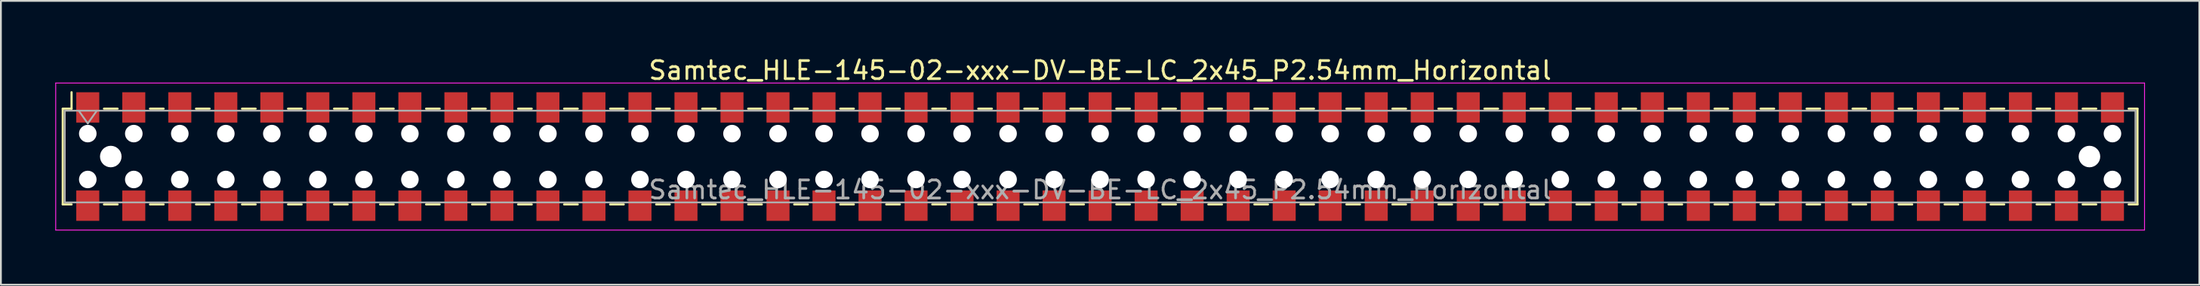
<source format=kicad_pcb>
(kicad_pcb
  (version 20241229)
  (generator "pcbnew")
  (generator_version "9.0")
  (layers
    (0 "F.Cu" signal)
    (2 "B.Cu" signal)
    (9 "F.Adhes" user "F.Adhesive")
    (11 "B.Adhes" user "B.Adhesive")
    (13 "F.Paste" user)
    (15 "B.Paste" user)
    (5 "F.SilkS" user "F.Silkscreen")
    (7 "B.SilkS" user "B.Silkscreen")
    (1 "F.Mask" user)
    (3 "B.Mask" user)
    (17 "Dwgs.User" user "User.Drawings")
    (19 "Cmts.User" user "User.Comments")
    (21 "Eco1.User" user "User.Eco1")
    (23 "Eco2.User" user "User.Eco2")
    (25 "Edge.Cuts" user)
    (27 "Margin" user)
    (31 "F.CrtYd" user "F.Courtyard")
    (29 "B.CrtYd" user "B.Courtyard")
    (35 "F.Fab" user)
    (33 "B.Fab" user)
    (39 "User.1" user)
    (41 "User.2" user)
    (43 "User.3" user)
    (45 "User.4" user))
  (footprint "Samtec_HLE-145-02-xxx-DV-BE-LC_2x45_P2.54mm_Horizontal"
    (layer "F.Cu")
    (at 57.675 5.618)
    (property "Reference" "Samtec_HLE-145-02-xxx-DV-BE-LC_2x45_P2.54mm_Horizontal" (at 0 -4.77 0) (layer "F.SilkS") (effects (font (size 1 1) (thickness 0.15))))
    (attr smd)
    (fp_line (start -57.26 -2.65) (end -57.26 2.65) (stroke (width 0.12) (type solid)) (layer "F.SilkS"))
    (fp_line (start -57.26 2.65) (end -56.775 2.65) (stroke (width 0.12) (type solid)) (layer "F.SilkS"))
    (fp_line (start -56.775 -3.56) (end -56.775 -2.65) (stroke (width 0.12) (type solid)) (layer "F.SilkS"))
    (fp_line (start -56.775 -2.65) (end -57.26 -2.65) (stroke (width 0.12) (type solid)) (layer "F.SilkS"))
    (fp_line (start -54.985 -2.65) (end -54.235 -2.65) (stroke (width 0.12) (type solid)) (layer "F.SilkS"))
    (fp_line (start -54.985 2.65) (end -54.235 2.65) (stroke (width 0.12) (type solid)) (layer "F.SilkS"))
    (fp_line (start -52.445 -2.65) (end -51.695 -2.65) (stroke (width 0.12) (type solid)) (layer "F.SilkS"))
    (fp_line (start -52.445 2.65) (end -51.695 2.65) (stroke (width 0.12) (type solid)) (layer "F.SilkS"))
    (fp_line (start -49.905 -2.65) (end -49.155 -2.65) (stroke (width 0.12) (type solid)) (layer "F.SilkS"))
    (fp_line (start -49.905 2.65) (end -49.155 2.65) (stroke (width 0.12) (type solid)) (layer "F.SilkS"))
    (fp_line (start -47.365 -2.65) (end -46.615 -2.65) (stroke (width 0.12) (type solid)) (layer "F.SilkS"))
    (fp_line (start -47.365 2.65) (end -46.615 2.65) (stroke (width 0.12) (type solid)) (layer "F.SilkS"))
    (fp_line (start -44.825 -2.65) (end -44.075 -2.65) (stroke (width 0.12) (type solid)) (layer "F.SilkS"))
    (fp_line (start -44.825 2.65) (end -44.075 2.65) (stroke (width 0.12) (type solid)) (layer "F.SilkS"))
    (fp_line (start -42.285 -2.65) (end -41.535 -2.65) (stroke (width 0.12) (type solid)) (layer "F.SilkS"))
    (fp_line (start -42.285 2.65) (end -41.535 2.65) (stroke (width 0.12) (type solid)) (layer "F.SilkS"))
    (fp_line (start -39.745 -2.65) (end -38.995 -2.65) (stroke (width 0.12) (type solid)) (layer "F.SilkS"))
    (fp_line (start -39.745 2.65) (end -38.995 2.65) (stroke (width 0.12) (type solid)) (layer "F.SilkS"))
    (fp_line (start -37.205 -2.65) (end -36.455 -2.65) (stroke (width 0.12) (type solid)) (layer "F.SilkS"))
    (fp_line (start -37.205 2.65) (end -36.455 2.65) (stroke (width 0.12) (type solid)) (layer "F.SilkS"))
    (fp_line (start -34.665 -2.65) (end -33.915 -2.65) (stroke (width 0.12) (type solid)) (layer "F.SilkS"))
    (fp_line (start -34.665 2.65) (end -33.915 2.65) (stroke (width 0.12) (type solid)) (layer "F.SilkS"))
    (fp_line (start -32.125 -2.65) (end -31.375 -2.65) (stroke (width 0.12) (type solid)) (layer "F.SilkS"))
    (fp_line (start -32.125 2.65) (end -31.375 2.65) (stroke (width 0.12) (type solid)) (layer "F.SilkS"))
    (fp_line (start -29.585 -2.65) (end -28.835 -2.65) (stroke (width 0.12) (type solid)) (layer "F.SilkS"))
    (fp_line (start -29.585 2.65) (end -28.835 2.65) (stroke (width 0.12) (type solid)) (layer "F.SilkS"))
    (fp_line (start -27.045 -2.65) (end -26.295 -2.65) (stroke (width 0.12) (type solid)) (layer "F.SilkS"))
    (fp_line (start -27.045 2.65) (end -26.295 2.65) (stroke (width 0.12) (type solid)) (layer "F.SilkS"))
    (fp_line (start -24.505 -2.65) (end -23.755 -2.65) (stroke (width 0.12) (type solid)) (layer "F.SilkS"))
    (fp_line (start -24.505 2.65) (end -23.755 2.65) (stroke (width 0.12) (type solid)) (layer "F.SilkS"))
    (fp_line (start -21.965 -2.65) (end -21.215 -2.65) (stroke (width 0.12) (type solid)) (layer "F.SilkS"))
    (fp_line (start -21.965 2.65) (end -21.215 2.65) (stroke (width 0.12) (type solid)) (layer "F.SilkS"))
    (fp_line (start -19.425 -2.65) (end -18.675 -2.65) (stroke (width 0.12) (type solid)) (layer "F.SilkS"))
    (fp_line (start -19.425 2.65) (end -18.675 2.65) (stroke (width 0.12) (type solid)) (layer "F.SilkS"))
    (fp_line (start -16.885 -2.65) (end -16.135 -2.65) (stroke (width 0.12) (type solid)) (layer "F.SilkS"))
    (fp_line (start -16.885 2.65) (end -16.135 2.65) (stroke (width 0.12) (type solid)) (layer "F.SilkS"))
    (fp_line (start -14.345 -2.65) (end -13.595 -2.65) (stroke (width 0.12) (type solid)) (layer "F.SilkS"))
    (fp_line (start -14.345 2.65) (end -13.595 2.65) (stroke (width 0.12) (type solid)) (layer "F.SilkS"))
    (fp_line (start -11.805 -2.65) (end -11.055 -2.65) (stroke (width 0.12) (type solid)) (layer "F.SilkS"))
    (fp_line (start -11.805 2.65) (end -11.055 2.65) (stroke (width 0.12) (type solid)) (layer "F.SilkS"))
    (fp_line (start -9.265 -2.65) (end -8.515 -2.65) (stroke (width 0.12) (type solid)) (layer "F.SilkS"))
    (fp_line (start -9.265 2.65) (end -8.515 2.65) (stroke (width 0.12) (type solid)) (layer "F.SilkS"))
    (fp_line (start -6.725 -2.65) (end -5.975 -2.65) (stroke (width 0.12) (type solid)) (layer "F.SilkS"))
    (fp_line (start -6.725 2.65) (end -5.975 2.65) (stroke (width 0.12) (type solid)) (layer "F.SilkS"))
    (fp_line (start -4.185 -2.65) (end -3.435 -2.65) (stroke (width 0.12) (type solid)) (layer "F.SilkS"))
    (fp_line (start -4.185 2.65) (end -3.435 2.65) (stroke (width 0.12) (type solid)) (layer "F.SilkS"))
    (fp_line (start -1.645 -2.65) (end -0.895 -2.65) (stroke (width 0.12) (type solid)) (layer "F.SilkS"))
    (fp_line (start -1.645 2.65) (end -0.895 2.65) (stroke (width 0.12) (type solid)) (layer "F.SilkS"))
    (fp_line (start 0.895 -2.65) (end 1.645 -2.65) (stroke (width 0.12) (type solid)) (layer "F.SilkS"))
    (fp_line (start 0.895 2.65) (end 1.645 2.65) (stroke (width 0.12) (type solid)) (layer "F.SilkS"))
    (fp_line (start 3.435 -2.65) (end 4.185 -2.65) (stroke (width 0.12) (type solid)) (layer "F.SilkS"))
    (fp_line (start 3.435 2.65) (end 4.185 2.65) (stroke (width 0.12) (type solid)) (layer "F.SilkS"))
    (fp_line (start 5.975 -2.65) (end 6.725 -2.65) (stroke (width 0.12) (type solid)) (layer "F.SilkS"))
    (fp_line (start 5.975 2.65) (end 6.725 2.65) (stroke (width 0.12) (type solid)) (layer "F.SilkS"))
    (fp_line (start 8.515 -2.65) (end 9.265 -2.65) (stroke (width 0.12) (type solid)) (layer "F.SilkS"))
    (fp_line (start 8.515 2.65) (end 9.265 2.65) (stroke (width 0.12) (type solid)) (layer "F.SilkS"))
    (fp_line (start 11.055 -2.65) (end 11.805 -2.65) (stroke (width 0.12) (type solid)) (layer "F.SilkS"))
    (fp_line (start 11.055 2.65) (end 11.805 2.65) (stroke (width 0.12) (type solid)) (layer "F.SilkS"))
    (fp_line (start 13.595 -2.65) (end 14.345 -2.65) (stroke (width 0.12) (type solid)) (layer "F.SilkS"))
    (fp_line (start 13.595 2.65) (end 14.345 2.65) (stroke (width 0.12) (type solid)) (layer "F.SilkS"))
    (fp_line (start 16.135 -2.65) (end 16.885 -2.65) (stroke (width 0.12) (type solid)) (layer "F.SilkS"))
    (fp_line (start 16.135 2.65) (end 16.885 2.65) (stroke (width 0.12) (type solid)) (layer "F.SilkS"))
    (fp_line (start 18.675 -2.65) (end 19.425 -2.65) (stroke (width 0.12) (type solid)) (layer "F.SilkS"))
    (fp_line (start 18.675 2.65) (end 19.425 2.65) (stroke (width 0.12) (type solid)) (layer "F.SilkS"))
    (fp_line (start 21.215 -2.65) (end 21.965 -2.65) (stroke (width 0.12) (type solid)) (layer "F.SilkS"))
    (fp_line (start 21.215 2.65) (end 21.965 2.65) (stroke (width 0.12) (type solid)) (layer "F.SilkS"))
    (fp_line (start 23.755 -2.65) (end 24.505 -2.65) (stroke (width 0.12) (type solid)) (layer "F.SilkS"))
    (fp_line (start 23.755 2.65) (end 24.505 2.65) (stroke (width 0.12) (type solid)) (layer "F.SilkS"))
    (fp_line (start 26.295 -2.65) (end 27.045 -2.65) (stroke (width 0.12) (type solid)) (layer "F.SilkS"))
    (fp_line (start 26.295 2.65) (end 27.045 2.65) (stroke (width 0.12) (type solid)) (layer "F.SilkS"))
    (fp_line (start 28.835 -2.65) (end 29.585 -2.65) (stroke (width 0.12) (type solid)) (layer "F.SilkS"))
    (fp_line (start 28.835 2.65) (end 29.585 2.65) (stroke (width 0.12) (type solid)) (layer "F.SilkS"))
    (fp_line (start 31.375 -2.65) (end 32.125 -2.65) (stroke (width 0.12) (type solid)) (layer "F.SilkS"))
    (fp_line (start 31.375 2.65) (end 32.125 2.65) (stroke (width 0.12) (type solid)) (layer "F.SilkS"))
    (fp_line (start 33.915 -2.65) (end 34.665 -2.65) (stroke (width 0.12) (type solid)) (layer "F.SilkS"))
    (fp_line (start 33.915 2.65) (end 34.665 2.65) (stroke (width 0.12) (type solid)) (layer "F.SilkS"))
    (fp_line (start 36.455 -2.65) (end 37.205 -2.65) (stroke (width 0.12) (type solid)) (layer "F.SilkS"))
    (fp_line (start 36.455 2.65) (end 37.205 2.65) (stroke (width 0.12) (type solid)) (layer "F.SilkS"))
    (fp_line (start 38.995 -2.65) (end 39.745 -2.65) (stroke (width 0.12) (type solid)) (layer "F.SilkS"))
    (fp_line (start 38.995 2.65) (end 39.745 2.65) (stroke (width 0.12) (type solid)) (layer "F.SilkS"))
    (fp_line (start 41.535 -2.65) (end 42.285 -2.65) (stroke (width 0.12) (type solid)) (layer "F.SilkS"))
    (fp_line (start 41.535 2.65) (end 42.285 2.65) (stroke (width 0.12) (type solid)) (layer "F.SilkS"))
    (fp_line (start 44.075 -2.65) (end 44.825 -2.65) (stroke (width 0.12) (type solid)) (layer "F.SilkS"))
    (fp_line (start 44.075 2.65) (end 44.825 2.65) (stroke (width 0.12) (type solid)) (layer "F.SilkS"))
    (fp_line (start 46.615 -2.65) (end 47.365 -2.65) (stroke (width 0.12) (type solid)) (layer "F.SilkS"))
    (fp_line (start 46.615 2.65) (end 47.365 2.65) (stroke (width 0.12) (type solid)) (layer "F.SilkS"))
    (fp_line (start 49.155 -2.65) (end 49.905 -2.65) (stroke (width 0.12) (type solid)) (layer "F.SilkS"))
    (fp_line (start 49.155 2.65) (end 49.905 2.65) (stroke (width 0.12) (type solid)) (layer "F.SilkS"))
    (fp_line (start 51.695 -2.65) (end 52.445 -2.65) (stroke (width 0.12) (type solid)) (layer "F.SilkS"))
    (fp_line (start 51.695 2.65) (end 52.445 2.65) (stroke (width 0.12) (type solid)) (layer "F.SilkS"))
    (fp_line (start 54.235 -2.65) (end 54.985 -2.65) (stroke (width 0.12) (type solid)) (layer "F.SilkS"))
    (fp_line (start 54.235 2.65) (end 54.985 2.65) (stroke (width 0.12) (type solid)) (layer "F.SilkS"))
    (fp_line (start 56.775 -2.65) (end 57.26 -2.65) (stroke (width 0.12) (type solid)) (layer "F.SilkS"))
    (fp_line (start 57.26 -2.65) (end 57.26 2.65) (stroke (width 0.12) (type solid)) (layer "F.SilkS"))
    (fp_line (start 57.26 2.65) (end 56.775 2.65) (stroke (width 0.12) (type solid)) (layer "F.SilkS"))
    (fp_line (start -57.65 -4.07) (end 57.65 -4.07) (stroke (width 0.05) (type solid)) (layer "F.CrtYd"))
    (fp_line (start -57.65 4.07) (end -57.65 -4.07) (stroke (width 0.05) (type solid)) (layer "F.CrtYd"))
    (fp_line (start 57.65 -4.07) (end 57.65 4.07) (stroke (width 0.05) (type solid)) (layer "F.CrtYd"))
    (fp_line (start 57.65 4.07) (end -57.65 4.07) (stroke (width 0.05) (type solid)) (layer "F.CrtYd"))
    (fp_line (start -57.15 -2.54) (end 57.15 -2.54) (stroke (width 0.1) (type solid)) (layer "F.Fab"))
    (fp_line (start -57.15 2.54) (end -57.15 -2.54) (stroke (width 0.1) (type solid)) (layer "F.Fab"))
    (fp_line (start -56.38 -2.54) (end -55.88 -1.833) (stroke (width 0.1) (type solid)) (layer "F.Fab"))
    (fp_line (start -55.88 -1.833) (end -55.38 -2.54) (stroke (width 0.1) (type solid)) (layer "F.Fab"))
    (fp_line (start 57.15 -2.54) (end 57.15 2.54) (stroke (width 0.1) (type solid)) (layer "F.Fab"))
    (fp_line (start 57.15 2.54) (end -57.15 2.54) (stroke (width 0.1) (type solid)) (layer "F.Fab"))
    (fp_text user "${REFERENCE}" (at 0 1.84 0) (layer "F.Fab") (effects (font (size 1 1) (thickness 0.15))))
    (pad "" np_thru_hole circle (at -55.88 -1.27) (size 0.97 0.97) (drill 0.97) (layers "*.Cu" "*.Mask"))
    (pad "" np_thru_hole circle (at -55.88 1.27) (size 0.97 0.97) (drill 0.97) (layers "*.Cu" "*.Mask"))
    (pad "" np_thru_hole circle (at -54.61 0) (size 1.19 1.19) (drill 1.19) (layers "*.Cu" "*.Mask"))
    (pad "" np_thru_hole circle (at -53.34 -1.27) (size 0.97 0.97) (drill 0.97) (layers "*.Cu" "*.Mask"))
    (pad "" np_thru_hole circle (at -53.34 1.27) (size 0.97 0.97) (drill 0.97) (layers "*.Cu" "*.Mask"))
    (pad "" np_thru_hole circle (at -50.8 -1.27) (size 0.97 0.97) (drill 0.97) (layers "*.Cu" "*.Mask"))
    (pad "" np_thru_hole circle (at -50.8 1.27) (size 0.97 0.97) (drill 0.97) (layers "*.Cu" "*.Mask"))
    (pad "" np_thru_hole circle (at -48.26 -1.27) (size 0.97 0.97) (drill 0.97) (layers "*.Cu" "*.Mask"))
    (pad "" np_thru_hole circle (at -48.26 1.27) (size 0.97 0.97) (drill 0.97) (layers "*.Cu" "*.Mask"))
    (pad "" np_thru_hole circle (at -45.72 -1.27) (size 0.97 0.97) (drill 0.97) (layers "*.Cu" "*.Mask"))
    (pad "" np_thru_hole circle (at -45.72 1.27) (size 0.97 0.97) (drill 0.97) (layers "*.Cu" "*.Mask"))
    (pad "" np_thru_hole circle (at -43.18 -1.27) (size 0.97 0.97) (drill 0.97) (layers "*.Cu" "*.Mask"))
    (pad "" np_thru_hole circle (at -43.18 1.27) (size 0.97 0.97) (drill 0.97) (layers "*.Cu" "*.Mask"))
    (pad "" np_thru_hole circle (at -40.64 -1.27) (size 0.97 0.97) (drill 0.97) (layers "*.Cu" "*.Mask"))
    (pad "" np_thru_hole circle (at -40.64 1.27) (size 0.97 0.97) (drill 0.97) (layers "*.Cu" "*.Mask"))
    (pad "" np_thru_hole circle (at -38.1 -1.27) (size 0.97 0.97) (drill 0.97) (layers "*.Cu" "*.Mask"))
    (pad "" np_thru_hole circle (at -38.1 1.27) (size 0.97 0.97) (drill 0.97) (layers "*.Cu" "*.Mask"))
    (pad "" np_thru_hole circle (at -35.56 -1.27) (size 0.97 0.97) (drill 0.97) (layers "*.Cu" "*.Mask"))
    (pad "" np_thru_hole circle (at -35.56 1.27) (size 0.97 0.97) (drill 0.97) (layers "*.Cu" "*.Mask"))
    (pad "" np_thru_hole circle (at -33.02 -1.27) (size 0.97 0.97) (drill 0.97) (layers "*.Cu" "*.Mask"))
    (pad "" np_thru_hole circle (at -33.02 1.27) (size 0.97 0.97) (drill 0.97) (layers "*.Cu" "*.Mask"))
    (pad "" np_thru_hole circle (at -30.48 -1.27) (size 0.97 0.97) (drill 0.97) (layers "*.Cu" "*.Mask"))
    (pad "" np_thru_hole circle (at -30.48 1.27) (size 0.97 0.97) (drill 0.97) (layers "*.Cu" "*.Mask"))
    (pad "" np_thru_hole circle (at -27.94 -1.27) (size 0.97 0.97) (drill 0.97) (layers "*.Cu" "*.Mask"))
    (pad "" np_thru_hole circle (at -27.94 1.27) (size 0.97 0.97) (drill 0.97) (layers "*.Cu" "*.Mask"))
    (pad "" np_thru_hole circle (at -25.4 -1.27) (size 0.97 0.97) (drill 0.97) (layers "*.Cu" "*.Mask"))
    (pad "" np_thru_hole circle (at -25.4 1.27) (size 0.97 0.97) (drill 0.97) (layers "*.Cu" "*.Mask"))
    (pad "" np_thru_hole circle (at -22.86 -1.27) (size 0.97 0.97) (drill 0.97) (layers "*.Cu" "*.Mask"))
    (pad "" np_thru_hole circle (at -22.86 1.27) (size 0.97 0.97) (drill 0.97) (layers "*.Cu" "*.Mask"))
    (pad "" np_thru_hole circle (at -20.32 -1.27) (size 0.97 0.97) (drill 0.97) (layers "*.Cu" "*.Mask"))
    (pad "" np_thru_hole circle (at -20.32 1.27) (size 0.97 0.97) (drill 0.97) (layers "*.Cu" "*.Mask"))
    (pad "" np_thru_hole circle (at -17.78 -1.27) (size 0.97 0.97) (drill 0.97) (layers "*.Cu" "*.Mask"))
    (pad "" np_thru_hole circle (at -17.78 1.27) (size 0.97 0.97) (drill 0.97) (layers "*.Cu" "*.Mask"))
    (pad "" np_thru_hole circle (at -15.24 -1.27) (size 0.97 0.97) (drill 0.97) (layers "*.Cu" "*.Mask"))
    (pad "" np_thru_hole circle (at -15.24 1.27) (size 0.97 0.97) (drill 0.97) (layers "*.Cu" "*.Mask"))
    (pad "" np_thru_hole circle (at -12.7 -1.27) (size 0.97 0.97) (drill 0.97) (layers "*.Cu" "*.Mask"))
    (pad "" np_thru_hole circle (at -12.7 1.27) (size 0.97 0.97) (drill 0.97) (layers "*.Cu" "*.Mask"))
    (pad "" np_thru_hole circle (at -10.16 -1.27) (size 0.97 0.97) (drill 0.97) (layers "*.Cu" "*.Mask"))
    (pad "" np_thru_hole circle (at -10.16 1.27) (size 0.97 0.97) (drill 0.97) (layers "*.Cu" "*.Mask"))
    (pad "" np_thru_hole circle (at -7.62 -1.27) (size 0.97 0.97) (drill 0.97) (layers "*.Cu" "*.Mask"))
    (pad "" np_thru_hole circle (at -7.62 1.27) (size 0.97 0.97) (drill 0.97) (layers "*.Cu" "*.Mask"))
    (pad "" np_thru_hole circle (at -5.08 -1.27) (size 0.97 0.97) (drill 0.97) (layers "*.Cu" "*.Mask"))
    (pad "" np_thru_hole circle (at -5.08 1.27) (size 0.97 0.97) (drill 0.97) (layers "*.Cu" "*.Mask"))
    (pad "" np_thru_hole circle (at -2.54 -1.27) (size 0.97 0.97) (drill 0.97) (layers "*.Cu" "*.Mask"))
    (pad "" np_thru_hole circle (at -2.54 1.27) (size 0.97 0.97) (drill 0.97) (layers "*.Cu" "*.Mask"))
    (pad "" np_thru_hole circle (at 0 -1.27) (size 0.97 0.97) (drill 0.97) (layers "*.Cu" "*.Mask"))
    (pad "" np_thru_hole circle (at 0 1.27) (size 0.97 0.97) (drill 0.97) (layers "*.Cu" "*.Mask"))
    (pad "" np_thru_hole circle (at 2.54 -1.27) (size 0.97 0.97) (drill 0.97) (layers "*.Cu" "*.Mask"))
    (pad "" np_thru_hole circle (at 2.54 1.27) (size 0.97 0.97) (drill 0.97) (layers "*.Cu" "*.Mask"))
    (pad "" np_thru_hole circle (at 5.08 -1.27) (size 0.97 0.97) (drill 0.97) (layers "*.Cu" "*.Mask"))
    (pad "" np_thru_hole circle (at 5.08 1.27) (size 0.97 0.97) (drill 0.97) (layers "*.Cu" "*.Mask"))
    (pad "" np_thru_hole circle (at 7.62 -1.27) (size 0.97 0.97) (drill 0.97) (layers "*.Cu" "*.Mask"))
    (pad "" np_thru_hole circle (at 7.62 1.27) (size 0.97 0.97) (drill 0.97) (layers "*.Cu" "*.Mask"))
    (pad "" np_thru_hole circle (at 10.16 -1.27) (size 0.97 0.97) (drill 0.97) (layers "*.Cu" "*.Mask"))
    (pad "" np_thru_hole circle (at 10.16 1.27) (size 0.97 0.97) (drill 0.97) (layers "*.Cu" "*.Mask"))
    (pad "" np_thru_hole circle (at 12.7 -1.27) (size 0.97 0.97) (drill 0.97) (layers "*.Cu" "*.Mask"))
    (pad "" np_thru_hole circle (at 12.7 1.27) (size 0.97 0.97) (drill 0.97) (layers "*.Cu" "*.Mask"))
    (pad "" np_thru_hole circle (at 15.24 -1.27) (size 0.97 0.97) (drill 0.97) (layers "*.Cu" "*.Mask"))
    (pad "" np_thru_hole circle (at 15.24 1.27) (size 0.97 0.97) (drill 0.97) (layers "*.Cu" "*.Mask"))
    (pad "" np_thru_hole circle (at 17.78 -1.27) (size 0.97 0.97) (drill 0.97) (layers "*.Cu" "*.Mask"))
    (pad "" np_thru_hole circle (at 17.78 1.27) (size 0.97 0.97) (drill 0.97) (layers "*.Cu" "*.Mask"))
    (pad "" np_thru_hole circle (at 20.32 -1.27) (size 0.97 0.97) (drill 0.97) (layers "*.Cu" "*.Mask"))
    (pad "" np_thru_hole circle (at 20.32 1.27) (size 0.97 0.97) (drill 0.97) (layers "*.Cu" "*.Mask"))
    (pad "" np_thru_hole circle (at 22.86 -1.27) (size 0.97 0.97) (drill 0.97) (layers "*.Cu" "*.Mask"))
    (pad "" np_thru_hole circle (at 22.86 1.27) (size 0.97 0.97) (drill 0.97) (layers "*.Cu" "*.Mask"))
    (pad "" np_thru_hole circle (at 25.4 -1.27) (size 0.97 0.97) (drill 0.97) (layers "*.Cu" "*.Mask"))
    (pad "" np_thru_hole circle (at 25.4 1.27) (size 0.97 0.97) (drill 0.97) (layers "*.Cu" "*.Mask"))
    (pad "" np_thru_hole circle (at 27.94 -1.27) (size 0.97 0.97) (drill 0.97) (layers "*.Cu" "*.Mask"))
    (pad "" np_thru_hole circle (at 27.94 1.27) (size 0.97 0.97) (drill 0.97) (layers "*.Cu" "*.Mask"))
    (pad "" np_thru_hole circle (at 30.48 -1.27) (size 0.97 0.97) (drill 0.97) (layers "*.Cu" "*.Mask"))
    (pad "" np_thru_hole circle (at 30.48 1.27) (size 0.97 0.97) (drill 0.97) (layers "*.Cu" "*.Mask"))
    (pad "" np_thru_hole circle (at 33.02 -1.27) (size 0.97 0.97) (drill 0.97) (layers "*.Cu" "*.Mask"))
    (pad "" np_thru_hole circle (at 33.02 1.27) (size 0.97 0.97) (drill 0.97) (layers "*.Cu" "*.Mask"))
    (pad "" np_thru_hole circle (at 35.56 -1.27) (size 0.97 0.97) (drill 0.97) (layers "*.Cu" "*.Mask"))
    (pad "" np_thru_hole circle (at 35.56 1.27) (size 0.97 0.97) (drill 0.97) (layers "*.Cu" "*.Mask"))
    (pad "" np_thru_hole circle (at 38.1 -1.27) (size 0.97 0.97) (drill 0.97) (layers "*.Cu" "*.Mask"))
    (pad "" np_thru_hole circle (at 38.1 1.27) (size 0.97 0.97) (drill 0.97) (layers "*.Cu" "*.Mask"))
    (pad "" np_thru_hole circle (at 40.64 -1.27) (size 0.97 0.97) (drill 0.97) (layers "*.Cu" "*.Mask"))
    (pad "" np_thru_hole circle (at 40.64 1.27) (size 0.97 0.97) (drill 0.97) (layers "*.Cu" "*.Mask"))
    (pad "" np_thru_hole circle (at 43.18 -1.27) (size 0.97 0.97) (drill 0.97) (layers "*.Cu" "*.Mask"))
    (pad "" np_thru_hole circle (at 43.18 1.27) (size 0.97 0.97) (drill 0.97) (layers "*.Cu" "*.Mask"))
    (pad "" np_thru_hole circle (at 45.72 -1.27) (size 0.97 0.97) (drill 0.97) (layers "*.Cu" "*.Mask"))
    (pad "" np_thru_hole circle (at 45.72 1.27) (size 0.97 0.97) (drill 0.97) (layers "*.Cu" "*.Mask"))
    (pad "" np_thru_hole circle (at 48.26 -1.27) (size 0.97 0.97) (drill 0.97) (layers "*.Cu" "*.Mask"))
    (pad "" np_thru_hole circle (at 48.26 1.27) (size 0.97 0.97) (drill 0.97) (layers "*.Cu" "*.Mask"))
    (pad "" np_thru_hole circle (at 50.8 -1.27) (size 0.97 0.97) (drill 0.97) (layers "*.Cu" "*.Mask"))
    (pad "" np_thru_hole circle (at 50.8 1.27) (size 0.97 0.97) (drill 0.97) (layers "*.Cu" "*.Mask"))
    (pad "" np_thru_hole circle (at 53.34 -1.27) (size 0.97 0.97) (drill 0.97) (layers "*.Cu" "*.Mask"))
    (pad "" np_thru_hole circle (at 53.34 1.27) (size 0.97 0.97) (drill 0.97) (layers "*.Cu" "*.Mask"))
    (pad "" np_thru_hole circle (at 54.61 0) (size 1.19 1.19) (drill 1.19) (layers "*.Cu" "*.Mask"))
    (pad "" np_thru_hole circle (at 55.88 -1.27) (size 0.97 0.97) (drill 0.97) (layers "*.Cu" "*.Mask"))
    (pad "" np_thru_hole circle (at 55.88 1.27) (size 0.97 0.97) (drill 0.97) (layers "*.Cu" "*.Mask"))
    (pad "1" smd rect (at -55.88 -2.72) (size 1.27 1.68) (layers "F.Cu" "F.Mask" "F.Paste"))
    (pad "2" smd rect (at -55.88 2.72) (size 1.27 1.68) (layers "F.Cu" "F.Mask" "F.Paste"))
    (pad "3" smd rect (at -53.34 -2.72) (size 1.27 1.68) (layers "F.Cu" "F.Mask" "F.Paste"))
    (pad "4" smd rect (at -53.34 2.72) (size 1.27 1.68) (layers "F.Cu" "F.Mask" "F.Paste"))
    (pad "5" smd rect (at -50.8 -2.72) (size 1.27 1.68) (layers "F.Cu" "F.Mask" "F.Paste"))
    (pad "6" smd rect (at -50.8 2.72) (size 1.27 1.68) (layers "F.Cu" "F.Mask" "F.Paste"))
    (pad "7" smd rect (at -48.26 -2.72) (size 1.27 1.68) (layers "F.Cu" "F.Mask" "F.Paste"))
    (pad "8" smd rect (at -48.26 2.72) (size 1.27 1.68) (layers "F.Cu" "F.Mask" "F.Paste"))
    (pad "9" smd rect (at -45.72 -2.72) (size 1.27 1.68) (layers "F.Cu" "F.Mask" "F.Paste"))
    (pad "10" smd rect (at -45.72 2.72) (size 1.27 1.68) (layers "F.Cu" "F.Mask" "F.Paste"))
    (pad "11" smd rect (at -43.18 -2.72) (size 1.27 1.68) (layers "F.Cu" "F.Mask" "F.Paste"))
    (pad "12" smd rect (at -43.18 2.72) (size 1.27 1.68) (layers "F.Cu" "F.Mask" "F.Paste"))
    (pad "13" smd rect (at -40.64 -2.72) (size 1.27 1.68) (layers "F.Cu" "F.Mask" "F.Paste"))
    (pad "14" smd rect (at -40.64 2.72) (size 1.27 1.68) (layers "F.Cu" "F.Mask" "F.Paste"))
    (pad "15" smd rect (at -38.1 -2.72) (size 1.27 1.68) (layers "F.Cu" "F.Mask" "F.Paste"))
    (pad "16" smd rect (at -38.1 2.72) (size 1.27 1.68) (layers "F.Cu" "F.Mask" "F.Paste"))
    (pad "17" smd rect (at -35.56 -2.72) (size 1.27 1.68) (layers "F.Cu" "F.Mask" "F.Paste"))
    (pad "18" smd rect (at -35.56 2.72) (size 1.27 1.68) (layers "F.Cu" "F.Mask" "F.Paste"))
    (pad "19" smd rect (at -33.02 -2.72) (size 1.27 1.68) (layers "F.Cu" "F.Mask" "F.Paste"))
    (pad "20" smd rect (at -33.02 2.72) (size 1.27 1.68) (layers "F.Cu" "F.Mask" "F.Paste"))
    (pad "21" smd rect (at -30.48 -2.72) (size 1.27 1.68) (layers "F.Cu" "F.Mask" "F.Paste"))
    (pad "22" smd rect (at -30.48 2.72) (size 1.27 1.68) (layers "F.Cu" "F.Mask" "F.Paste"))
    (pad "23" smd rect (at -27.94 -2.72) (size 1.27 1.68) (layers "F.Cu" "F.Mask" "F.Paste"))
    (pad "24" smd rect (at -27.94 2.72) (size 1.27 1.68) (layers "F.Cu" "F.Mask" "F.Paste"))
    (pad "25" smd rect (at -25.4 -2.72) (size 1.27 1.68) (layers "F.Cu" "F.Mask" "F.Paste"))
    (pad "26" smd rect (at -25.4 2.72) (size 1.27 1.68) (layers "F.Cu" "F.Mask" "F.Paste"))
    (pad "27" smd rect (at -22.86 -2.72) (size 1.27 1.68) (layers "F.Cu" "F.Mask" "F.Paste"))
    (pad "28" smd rect (at -22.86 2.72) (size 1.27 1.68) (layers "F.Cu" "F.Mask" "F.Paste"))
    (pad "29" smd rect (at -20.32 -2.72) (size 1.27 1.68) (layers "F.Cu" "F.Mask" "F.Paste"))
    (pad "30" smd rect (at -20.32 2.72) (size 1.27 1.68) (layers "F.Cu" "F.Mask" "F.Paste"))
    (pad "31" smd rect (at -17.78 -2.72) (size 1.27 1.68) (layers "F.Cu" "F.Mask" "F.Paste"))
    (pad "32" smd rect (at -17.78 2.72) (size 1.27 1.68) (layers "F.Cu" "F.Mask" "F.Paste"))
    (pad "33" smd rect (at -15.24 -2.72) (size 1.27 1.68) (layers "F.Cu" "F.Mask" "F.Paste"))
    (pad "34" smd rect (at -15.24 2.72) (size 1.27 1.68) (layers "F.Cu" "F.Mask" "F.Paste"))
    (pad "35" smd rect (at -12.7 -2.72) (size 1.27 1.68) (layers "F.Cu" "F.Mask" "F.Paste"))
    (pad "36" smd rect (at -12.7 2.72) (size 1.27 1.68) (layers "F.Cu" "F.Mask" "F.Paste"))
    (pad "37" smd rect (at -10.16 -2.72) (size 1.27 1.68) (layers "F.Cu" "F.Mask" "F.Paste"))
    (pad "38" smd rect (at -10.16 2.72) (size 1.27 1.68) (layers "F.Cu" "F.Mask" "F.Paste"))
    (pad "39" smd rect (at -7.62 -2.72) (size 1.27 1.68) (layers "F.Cu" "F.Mask" "F.Paste"))
    (pad "40" smd rect (at -7.62 2.72) (size 1.27 1.68) (layers "F.Cu" "F.Mask" "F.Paste"))
    (pad "41" smd rect (at -5.08 -2.72) (size 1.27 1.68) (layers "F.Cu" "F.Mask" "F.Paste"))
    (pad "42" smd rect (at -5.08 2.72) (size 1.27 1.68) (layers "F.Cu" "F.Mask" "F.Paste"))
    (pad "43" smd rect (at -2.54 -2.72) (size 1.27 1.68) (layers "F.Cu" "F.Mask" "F.Paste"))
    (pad "44" smd rect (at -2.54 2.72) (size 1.27 1.68) (layers "F.Cu" "F.Mask" "F.Paste"))
    (pad "45" smd rect (at 0 -2.72) (size 1.27 1.68) (layers "F.Cu" "F.Mask" "F.Paste"))
    (pad "46" smd rect (at 0 2.72) (size 1.27 1.68) (layers "F.Cu" "F.Mask" "F.Paste"))
    (pad "47" smd rect (at 2.54 -2.72) (size 1.27 1.68) (layers "F.Cu" "F.Mask" "F.Paste"))
    (pad "48" smd rect (at 2.54 2.72) (size 1.27 1.68) (layers "F.Cu" "F.Mask" "F.Paste"))
    (pad "49" smd rect (at 5.08 -2.72) (size 1.27 1.68) (layers "F.Cu" "F.Mask" "F.Paste"))
    (pad "50" smd rect (at 5.08 2.72) (size 1.27 1.68) (layers "F.Cu" "F.Mask" "F.Paste"))
    (pad "51" smd rect (at 7.62 -2.72) (size 1.27 1.68) (layers "F.Cu" "F.Mask" "F.Paste"))
    (pad "52" smd rect (at 7.62 2.72) (size 1.27 1.68) (layers "F.Cu" "F.Mask" "F.Paste"))
    (pad "53" smd rect (at 10.16 -2.72) (size 1.27 1.68) (layers "F.Cu" "F.Mask" "F.Paste"))
    (pad "54" smd rect (at 10.16 2.72) (size 1.27 1.68) (layers "F.Cu" "F.Mask" "F.Paste"))
    (pad "55" smd rect (at 12.7 -2.72) (size 1.27 1.68) (layers "F.Cu" "F.Mask" "F.Paste"))
    (pad "56" smd rect (at 12.7 2.72) (size 1.27 1.68) (layers "F.Cu" "F.Mask" "F.Paste"))
    (pad "57" smd rect (at 15.24 -2.72) (size 1.27 1.68) (layers "F.Cu" "F.Mask" "F.Paste"))
    (pad "58" smd rect (at 15.24 2.72) (size 1.27 1.68) (layers "F.Cu" "F.Mask" "F.Paste"))
    (pad "59" smd rect (at 17.78 -2.72) (size 1.27 1.68) (layers "F.Cu" "F.Mask" "F.Paste"))
    (pad "60" smd rect (at 17.78 2.72) (size 1.27 1.68) (layers "F.Cu" "F.Mask" "F.Paste"))
    (pad "61" smd rect (at 20.32 -2.72) (size 1.27 1.68) (layers "F.Cu" "F.Mask" "F.Paste"))
    (pad "62" smd rect (at 20.32 2.72) (size 1.27 1.68) (layers "F.Cu" "F.Mask" "F.Paste"))
    (pad "63" smd rect (at 22.86 -2.72) (size 1.27 1.68) (layers "F.Cu" "F.Mask" "F.Paste"))
    (pad "64" smd rect (at 22.86 2.72) (size 1.27 1.68) (layers "F.Cu" "F.Mask" "F.Paste"))
    (pad "65" smd rect (at 25.4 -2.72) (size 1.27 1.68) (layers "F.Cu" "F.Mask" "F.Paste"))
    (pad "66" smd rect (at 25.4 2.72) (size 1.27 1.68) (layers "F.Cu" "F.Mask" "F.Paste"))
    (pad "67" smd rect (at 27.94 -2.72) (size 1.27 1.68) (layers "F.Cu" "F.Mask" "F.Paste"))
    (pad "68" smd rect (at 27.94 2.72) (size 1.27 1.68) (layers "F.Cu" "F.Mask" "F.Paste"))
    (pad "69" smd rect (at 30.48 -2.72) (size 1.27 1.68) (layers "F.Cu" "F.Mask" "F.Paste"))
    (pad "70" smd rect (at 30.48 2.72) (size 1.27 1.68) (layers "F.Cu" "F.Mask" "F.Paste"))
    (pad "71" smd rect (at 33.02 -2.72) (size 1.27 1.68) (layers "F.Cu" "F.Mask" "F.Paste"))
    (pad "72" smd rect (at 33.02 2.72) (size 1.27 1.68) (layers "F.Cu" "F.Mask" "F.Paste"))
    (pad "73" smd rect (at 35.56 -2.72) (size 1.27 1.68) (layers "F.Cu" "F.Mask" "F.Paste"))
    (pad "74" smd rect (at 35.56 2.72) (size 1.27 1.68) (layers "F.Cu" "F.Mask" "F.Paste"))
    (pad "75" smd rect (at 38.1 -2.72) (size 1.27 1.68) (layers "F.Cu" "F.Mask" "F.Paste"))
    (pad "76" smd rect (at 38.1 2.72) (size 1.27 1.68) (layers "F.Cu" "F.Mask" "F.Paste"))
    (pad "77" smd rect (at 40.64 -2.72) (size 1.27 1.68) (layers "F.Cu" "F.Mask" "F.Paste"))
    (pad "78" smd rect (at 40.64 2.72) (size 1.27 1.68) (layers "F.Cu" "F.Mask" "F.Paste"))
    (pad "79" smd rect (at 43.18 -2.72) (size 1.27 1.68) (layers "F.Cu" "F.Mask" "F.Paste"))
    (pad "80" smd rect (at 43.18 2.72) (size 1.27 1.68) (layers "F.Cu" "F.Mask" "F.Paste"))
    (pad "81" smd rect (at 45.72 -2.72) (size 1.27 1.68) (layers "F.Cu" "F.Mask" "F.Paste"))
    (pad "82" smd rect (at 45.72 2.72) (size 1.27 1.68) (layers "F.Cu" "F.Mask" "F.Paste"))
    (pad "83" smd rect (at 48.26 -2.72) (size 1.27 1.68) (layers "F.Cu" "F.Mask" "F.Paste"))
    (pad "84" smd rect (at 48.26 2.72) (size 1.27 1.68) (layers "F.Cu" "F.Mask" "F.Paste"))
    (pad "85" smd rect (at 50.8 -2.72) (size 1.27 1.68) (layers "F.Cu" "F.Mask" "F.Paste"))
    (pad "86" smd rect (at 50.8 2.72) (size 1.27 1.68) (layers "F.Cu" "F.Mask" "F.Paste"))
    (pad "87" smd rect (at 53.34 -2.72) (size 1.27 1.68) (layers "F.Cu" "F.Mask" "F.Paste"))
    (pad "88" smd rect (at 53.34 2.72) (size 1.27 1.68) (layers "F.Cu" "F.Mask" "F.Paste"))
    (pad "89" smd rect (at 55.88 -2.72) (size 1.27 1.68) (layers "F.Cu" "F.Mask" "F.Paste"))
    (pad "90" smd rect (at 55.88 2.72) (size 1.27 1.68) (layers "F.Cu" "F.Mask" "F.Paste")))
  (gr_rect
    (start -3 -3)
    (end 118.35 12.713)
    (stroke (width 0.1) (type default))
    (fill no)
    (layer "Edge.Cuts")))
</source>
